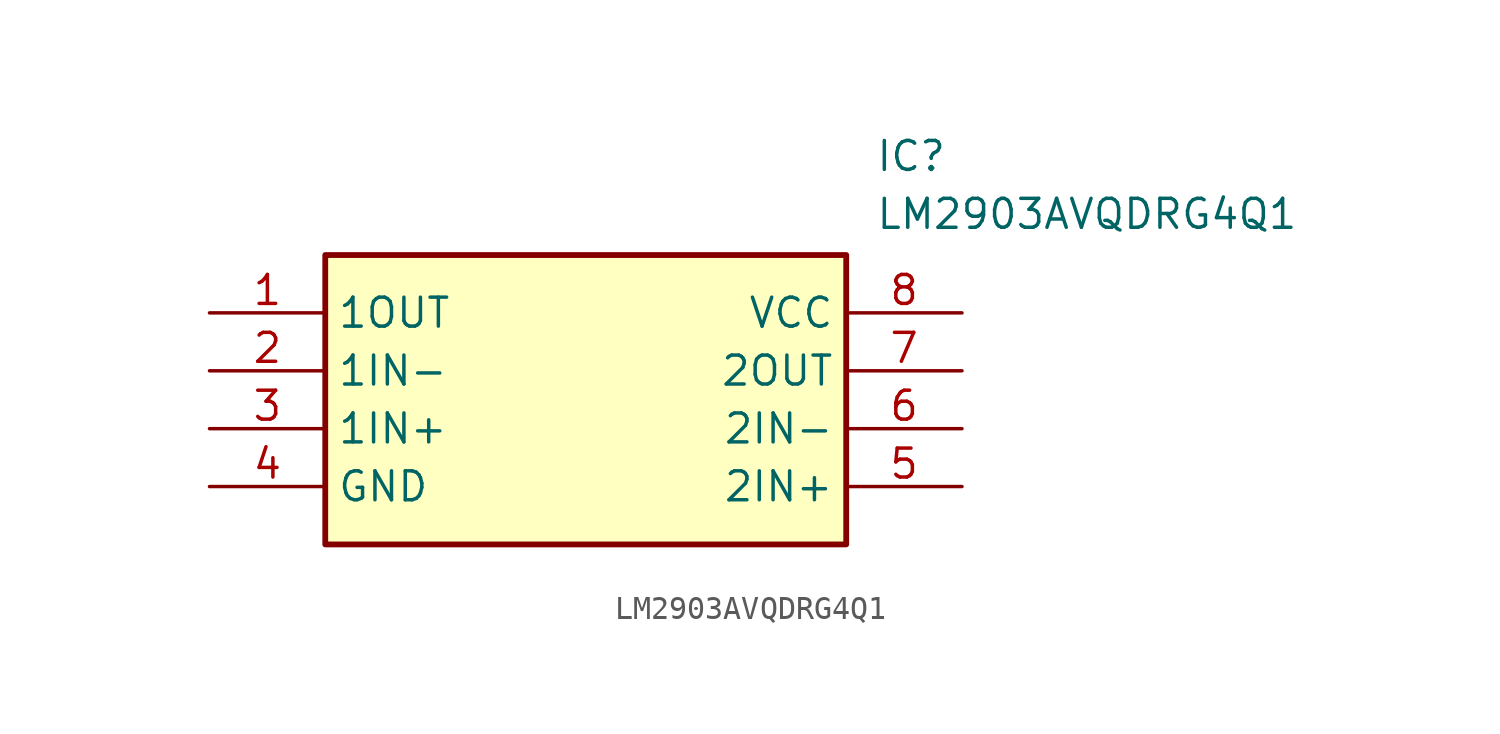
<source format=kicad_sym>
(kicad_symbol_lib
  (version 20211014)
  (generator SamacSys_ECAD_Model)
  (symbol "LM2903AVQDRG4Q1"
    (property "Reference" "IC"
      (at 29.21 7.62 0)
      (effects (font (size 1.27 1.27)) (justify left top)))
    (property "Value" "LM2903AVQDRG4Q1"
      (at 29.21 5.08 0)
      (effects (font (size 1.27 1.27)) (justify left top)))
    (rectangle
      (start 5.08 2.54)
      (end 27.94 -10.16)
      (stroke (width 0.254) (type default))
      (fill (type background)))
    (pin passive line
      (at 0 0 0)
      (length 5.08)
      (name "1OUT" (effects (font (size 1.27 1.27))))
      (number "1" (effects (font (size 1.27 1.27)))))
    (pin passive line
      (at 0 -2.54 0)
      (length 5.08)
      (name "1IN-" (effects (font (size 1.27 1.27))))
      (number "2" (effects (font (size 1.27 1.27)))))
    (pin passive line
      (at 0 -5.08 0)
      (length 5.08)
      (name "1IN+" (effects (font (size 1.27 1.27))))
      (number "3" (effects (font (size 1.27 1.27)))))
    (pin passive line
      (at 0 -7.62 0)
      (length 5.08)
      (name "GND" (effects (font (size 1.27 1.27))))
      (number "4" (effects (font (size 1.27 1.27)))))
    (pin passive line
      (at 33.02 0 180)
      (length 5.08)
      (name "VCC" (effects (font (size 1.27 1.27))))
      (number "8" (effects (font (size 1.27 1.27)))))
    (pin passive line
      (at 33.02 -2.54 180)
      (length 5.08)
      (name "2OUT" (effects (font (size 1.27 1.27))))
      (number "7" (effects (font (size 1.27 1.27)))))
    (pin passive line
      (at 33.02 -5.08 180)
      (length 5.08)
      (name "2IN-" (effects (font (size 1.27 1.27))))
      (number "6" (effects (font (size 1.27 1.27)))))
    (pin passive line
      (at 33.02 -7.62 180)
      (length 5.08)
      (name "2IN+" (effects (font (size 1.27 1.27))))
      (number "5" (effects (font (size 1.27 1.27)))))))
</source>
